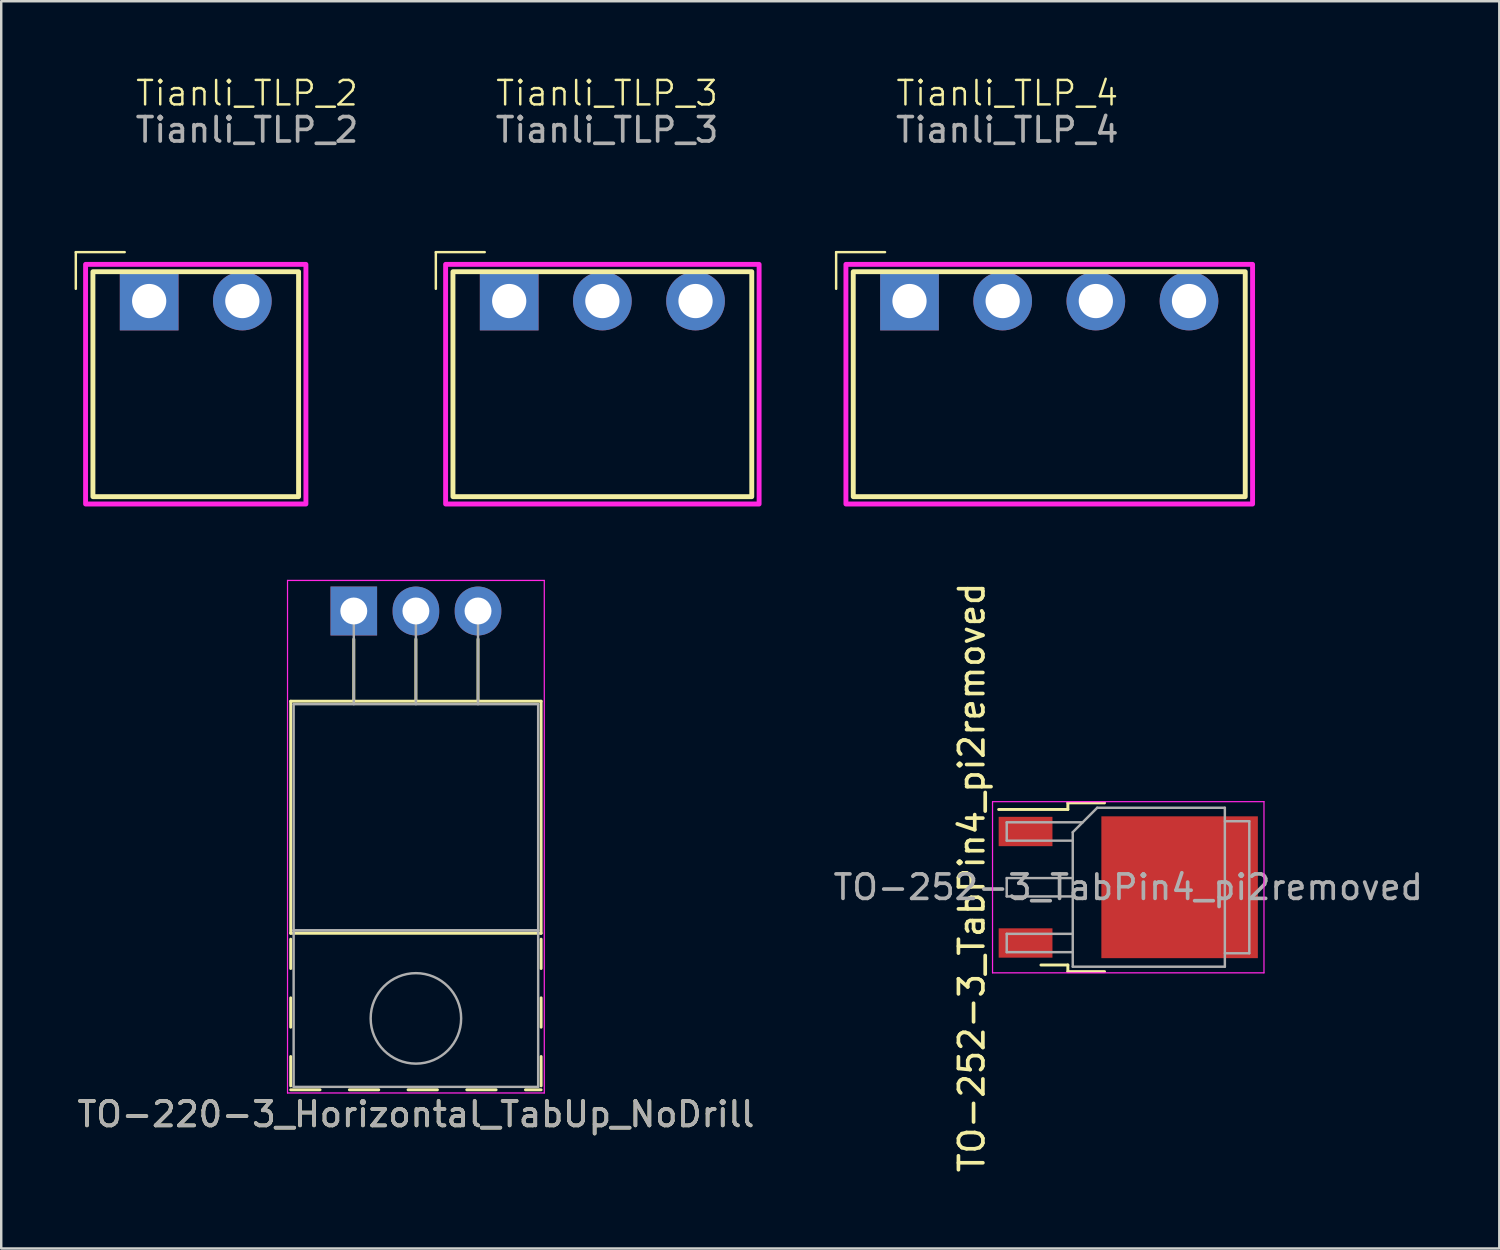
<source format=kicad_pcb>
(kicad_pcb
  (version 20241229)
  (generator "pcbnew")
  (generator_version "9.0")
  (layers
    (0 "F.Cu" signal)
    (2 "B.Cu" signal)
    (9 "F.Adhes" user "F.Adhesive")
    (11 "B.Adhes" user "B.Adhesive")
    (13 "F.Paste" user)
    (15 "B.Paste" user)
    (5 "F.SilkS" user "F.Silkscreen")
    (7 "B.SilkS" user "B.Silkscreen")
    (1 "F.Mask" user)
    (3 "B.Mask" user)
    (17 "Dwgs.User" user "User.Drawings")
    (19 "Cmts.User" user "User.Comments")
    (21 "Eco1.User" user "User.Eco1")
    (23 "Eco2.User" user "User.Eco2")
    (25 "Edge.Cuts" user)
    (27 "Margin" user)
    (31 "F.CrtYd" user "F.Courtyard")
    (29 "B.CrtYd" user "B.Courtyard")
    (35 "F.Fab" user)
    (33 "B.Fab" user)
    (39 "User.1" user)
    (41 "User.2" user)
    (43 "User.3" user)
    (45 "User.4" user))
  (footprint "Tianli_TLP_4"
    (layer "F.Cu")
    (at 34.143 9.261)
    (property "Reference" "Tianli_TLP_4" (at 4 -8.5 0) (unlocked yes) (layer "F.SilkS") (effects (font (size 1 1) (thickness 0.1))))
    (attr through_hole)
    (fp_line (start -3 -2) (end -1 -2) (stroke (width 0.1) (type default)) (layer "F.SilkS"))
    (fp_line (start -3 -0.5) (end -3 -2) (stroke (width 0.1) (type default)) (layer "F.SilkS"))
    (fp_rect (start -2.3 -1.2) (end 13.73 8) (stroke (width 0.2) (type default)) (fill no) (layer "F.SilkS"))
    (fp_rect (start -2.6 -1.5) (end 14.03 8.3) (stroke (width 0.2) (type default)) (fill no) (layer "F.CrtYd"))
    (fp_text user "${REFERENCE}" (at 4 -7 0) (unlocked yes) (layer "F.Fab") (effects (font (size 1 1) (thickness 0.15))))
    (pad "1" thru_hole rect (at 0 0) (size 2.4 2.4) (drill 1.4) (layers "*.Cu" "*.Mask"))
    (pad "2" thru_hole circle (at 3.81 0) (size 2.4 2.4) (drill 1.4) (layers "*.Cu" "*.Mask"))
    (pad "3" thru_hole circle (at 7.62 0) (size 2.4 2.4) (drill 1.4) (layers "*.Cu" "*.Mask"))
    (pad "4" thru_hole circle (at 11.43 0) (size 2.4 2.4) (drill 1.4) (layers "*.Cu" "*.Mask")))
  (footprint "Tianli_TLP_3"
    (layer "F.Cu")
    (at 17.773 9.261)
    (property "Reference" "Tianli_TLP_3" (at 4 -8.5 0) (unlocked yes) (layer "F.SilkS") (effects (font (size 1 1) (thickness 0.1))))
    (attr through_hole)
    (fp_line (start -3 -2) (end -1 -2) (stroke (width 0.1) (type default)) (layer "F.SilkS"))
    (fp_line (start -3 -0.5) (end -3 -2) (stroke (width 0.1) (type default)) (layer "F.SilkS"))
    (fp_rect (start -2.3 -1.2) (end 9.92 8) (stroke (width 0.2) (type default)) (fill no) (layer "F.SilkS"))
    (fp_rect (start -2.6 -1.5) (end 10.22 8.3) (stroke (width 0.2) (type default)) (fill no) (layer "F.CrtYd"))
    (fp_text user "${REFERENCE}" (at 4 -7 0) (unlocked yes) (layer "F.Fab") (effects (font (size 1 1) (thickness 0.15))))
    (pad "1" thru_hole rect (at 0 0) (size 2.4 2.4) (drill 1.4) (layers "*.Cu" "*.Mask"))
    (pad "2" thru_hole circle (at 3.81 0) (size 2.4 2.4) (drill 1.4) (layers "*.Cu" "*.Mask"))
    (pad "3" thru_hole circle (at 7.62 0) (size 2.4 2.4) (drill 1.4) (layers "*.Cu" "*.Mask")))
  (footprint "TO-252-3_TabPin4_pi2removed"
    (layer "F.Cu")
    (at 43.089 33.233)
    (property "Reference" "TO-252-3_TabPin4_pi2removed" (at -6.4 -0.4 270) (layer "F.SilkS") (effects (font (size 1 1) (thickness 0.15))))
    (attr smd)
    (fp_line (start -2.47 -3.45) (end -2.47 -3.18) (stroke (width 0.12) (type solid)) (layer "F.SilkS"))
    (fp_line (start -2.47 -3.18) (end -5.3 -3.18) (stroke (width 0.12) (type solid)) (layer "F.SilkS"))
    (fp_line (start -2.47 3.18) (end -3.57 3.18) (stroke (width 0.12) (type solid)) (layer "F.SilkS"))
    (fp_line (start -2.47 3.45) (end -2.47 3.18) (stroke (width 0.12) (type solid)) (layer "F.SilkS"))
    (fp_line (start -0.97 -3.45) (end -2.47 -3.45) (stroke (width 0.12) (type solid)) (layer "F.SilkS"))
    (fp_line (start -0.97 3.45) (end -2.47 3.45) (stroke (width 0.12) (type solid)) (layer "F.SilkS"))
    (fp_line (start -5.55 -3.5) (end -5.55 3.5) (stroke (width 0.05) (type solid)) (layer "F.CrtYd"))
    (fp_line (start -5.55 3.5) (end 5.55 3.5) (stroke (width 0.05) (type solid)) (layer "F.CrtYd"))
    (fp_line (start 5.55 -3.5) (end -5.55 -3.5) (stroke (width 0.05) (type solid)) (layer "F.CrtYd"))
    (fp_line (start 5.55 3.5) (end 5.55 -3.5) (stroke (width 0.05) (type solid)) (layer "F.CrtYd"))
    (fp_line (start -4.97 -2.655) (end -4.97 -1.905) (stroke (width 0.1) (type solid)) (layer "F.Fab"))
    (fp_line (start -4.97 -1.905) (end -2.27 -1.905) (stroke (width 0.1) (type solid)) (layer "F.Fab"))
    (fp_line (start -4.97 -0.375) (end -4.97 0.375) (stroke (width 0.1) (type solid)) (layer "F.Fab"))
    (fp_line (start -4.97 0.375) (end -2.27 0.375) (stroke (width 0.1) (type solid)) (layer "F.Fab"))
    (fp_line (start -4.97 1.905) (end -4.97 2.655) (stroke (width 0.1) (type solid)) (layer "F.Fab"))
    (fp_line (start -4.97 2.655) (end -2.27 2.655) (stroke (width 0.1) (type solid)) (layer "F.Fab"))
    (fp_line (start -2.27 -2.25) (end -1.27 -3.25) (stroke (width 0.1) (type solid)) (layer "F.Fab"))
    (fp_line (start -2.27 -0.375) (end -4.97 -0.375) (stroke (width 0.1) (type solid)) (layer "F.Fab"))
    (fp_line (start -2.27 1.905) (end -4.97 1.905) (stroke (width 0.1) (type solid)) (layer "F.Fab"))
    (fp_line (start -2.27 3.25) (end -2.27 -2.25) (stroke (width 0.1) (type solid)) (layer "F.Fab"))
    (fp_line (start -1.865 -2.655) (end -4.97 -2.655) (stroke (width 0.1) (type solid)) (layer "F.Fab"))
    (fp_line (start -1.27 -3.25) (end 3.95 -3.25) (stroke (width 0.1) (type solid)) (layer "F.Fab"))
    (fp_line (start 3.95 -3.25) (end 3.95 3.25) (stroke (width 0.1) (type solid)) (layer "F.Fab"))
    (fp_line (start 3.95 -2.7) (end 4.95 -2.7) (stroke (width 0.1) (type solid)) (layer "F.Fab"))
    (fp_line (start 3.95 3.25) (end -2.27 3.25) (stroke (width 0.1) (type solid)) (layer "F.Fab"))
    (fp_line (start 4.95 -2.7) (end 4.95 2.7) (stroke (width 0.1) (type solid)) (layer "F.Fab"))
    (fp_line (start 4.95 2.7) (end 3.95 2.7) (stroke (width 0.1) (type solid)) (layer "F.Fab"))
    (fp_text user "${REFERENCE}" (at 0 0 180) (layer "F.Fab") (effects (font (size 1 1) (thickness 0.15))))
    (pad "" smd rect (at 0.425 -1.525) (size 3.05 2.75) (layers "F.Paste"))
    (pad "" smd rect (at 0.425 1.525) (size 3.05 2.75) (layers "F.Paste"))
    (pad "" smd rect (at 3.775 -1.525) (size 3.05 2.75) (layers "F.Paste"))
    (pad "" smd rect (at 3.775 1.525) (size 3.05 2.75) (layers "F.Paste"))
    (pad "1" smd rect (at -4.2 -2.28) (size 2.2 1.2) (layers "F.Cu" "F.Mask" "F.Paste"))
    (pad "3" smd rect (at -4.2 2.28) (size 2.2 1.2) (layers "F.Cu" "F.Mask" "F.Paste"))
    (pad "4" smd rect (at 2.1 0) (size 6.4 5.8) (layers "F.Cu" "F.Mask")))
  (footprint "Tianli_TLP_2"
    (layer "F.Cu")
    (at 3.05 9.261)
    (property "Reference" "Tianli_TLP_2" (at 4 -8.5 0) (unlocked yes) (layer "F.SilkS") (effects (font (size 1 1) (thickness 0.1))))
    (attr through_hole)
    (fp_line (start -3 -2) (end -1 -2) (stroke (width 0.1) (type default)) (layer "F.SilkS"))
    (fp_line (start -3 -0.5) (end -3 -2) (stroke (width 0.1) (type default)) (layer "F.SilkS"))
    (fp_rect (start -2.3 -1.2) (end 6.11 8) (stroke (width 0.2) (type default)) (fill no) (layer "F.SilkS"))
    (fp_rect (start -2.6 -1.5) (end 6.41 8.3) (stroke (width 0.2) (type default)) (fill no) (layer "F.CrtYd"))
    (fp_text user "${REFERENCE}" (at 4 -7 0) (unlocked yes) (layer "F.Fab") (effects (font (size 1 1) (thickness 0.15))))
    (pad "1" thru_hole rect (at 0 0) (size 2.4 2.4) (drill 1.4) (layers "*.Cu" "*.Mask"))
    (pad "2" thru_hole circle (at 3.81 0) (size 2.4 2.4) (drill 1.4) (layers "*.Cu" "*.Mask")))
  (footprint "TO-220-3_Horizontal_TabUp_NoDrill"
    (layer "F.Cu")
    (at 11.418 21.936)
    (property "Reference" "TO-220-3_Horizontal_TabUp_NoDrill" (at 2.54 20.58 0) (layer "F.SilkS") (effects (font (size 1 1) (thickness 0.15))))
    (attr through_hole)
    (fp_line (start -2.58 3.69) (end -2.58 13.18) (stroke (width 0.12) (type solid)) (layer "F.SilkS"))
    (fp_line (start -2.58 3.69) (end 7.66 3.69) (stroke (width 0.12) (type solid)) (layer "F.SilkS"))
    (fp_line (start -2.58 13.18) (end 7.66 13.18) (stroke (width 0.12) (type solid)) (layer "F.SilkS"))
    (fp_line (start -2.58 13.42) (end -2.58 14.62) (stroke (width 0.12) (type solid)) (layer "F.SilkS"))
    (fp_line (start -2.58 15.82) (end -2.58 17.02) (stroke (width 0.12) (type solid)) (layer "F.SilkS"))
    (fp_line (start -2.58 18.22) (end -2.58 19.42) (stroke (width 0.12) (type solid)) (layer "F.SilkS"))
    (fp_line (start -2.58 19.58) (end -1.38 19.58) (stroke (width 0.12) (type solid)) (layer "F.SilkS"))
    (fp_line (start -0.181 19.58) (end 1.02 19.58) (stroke (width 0.12) (type solid)) (layer "F.SilkS"))
    (fp_line (start 0 1.15) (end 0 3.69) (stroke (width 0.12) (type solid)) (layer "F.SilkS"))
    (fp_line (start 2.22 19.58) (end 3.42 19.58) (stroke (width 0.12) (type solid)) (layer "F.SilkS"))
    (fp_line (start 2.54 1.15) (end 2.54 3.69) (stroke (width 0.12) (type solid)) (layer "F.SilkS"))
    (fp_line (start 4.62 19.58) (end 5.82 19.58) (stroke (width 0.12) (type solid)) (layer "F.SilkS"))
    (fp_line (start 5.08 1.15) (end 5.08 3.69) (stroke (width 0.12) (type solid)) (layer "F.SilkS"))
    (fp_line (start 7.02 19.58) (end 7.66 19.58) (stroke (width 0.12) (type solid)) (layer "F.SilkS"))
    (fp_line (start 7.66 3.69) (end 7.66 13.18) (stroke (width 0.12) (type solid)) (layer "F.SilkS"))
    (fp_line (start 7.66 13.42) (end 7.66 14.62) (stroke (width 0.12) (type solid)) (layer "F.SilkS"))
    (fp_line (start 7.66 15.82) (end 7.66 17.02) (stroke (width 0.12) (type solid)) (layer "F.SilkS"))
    (fp_line (start 7.66 18.22) (end 7.66 19.42) (stroke (width 0.12) (type solid)) (layer "F.SilkS"))
    (fp_line (start -2.71 -1.25) (end -2.71 19.71) (stroke (width 0.05) (type solid)) (layer "F.CrtYd"))
    (fp_line (start -2.71 19.71) (end 7.79 19.71) (stroke (width 0.05) (type solid)) (layer "F.CrtYd"))
    (fp_line (start 7.79 -1.25) (end -2.71 -1.25) (stroke (width 0.05) (type solid)) (layer "F.CrtYd"))
    (fp_line (start 7.79 19.71) (end 7.79 -1.25) (stroke (width 0.05) (type solid)) (layer "F.CrtYd"))
    (fp_line (start -2.46 3.81) (end -2.46 13.06) (stroke (width 0.1) (type solid)) (layer "F.Fab"))
    (fp_line (start -2.46 13.06) (end -2.46 19.46) (stroke (width 0.1) (type solid)) (layer "F.Fab"))
    (fp_line (start -2.46 13.06) (end 7.54 13.06) (stroke (width 0.1) (type solid)) (layer "F.Fab"))
    (fp_line (start -2.46 19.46) (end 7.54 19.46) (stroke (width 0.1) (type solid)) (layer "F.Fab"))
    (fp_line (start 0 3.81) (end 0 0) (stroke (width 0.1) (type solid)) (layer "F.Fab"))
    (fp_line (start 2.54 3.81) (end 2.54 0) (stroke (width 0.1) (type solid)) (layer "F.Fab"))
    (fp_line (start 5.08 3.81) (end 5.08 0) (stroke (width 0.1) (type solid)) (layer "F.Fab"))
    (fp_line (start 7.54 3.81) (end -2.46 3.81) (stroke (width 0.1) (type solid)) (layer "F.Fab"))
    (fp_line (start 7.54 13.06) (end -2.46 13.06) (stroke (width 0.1) (type solid)) (layer "F.Fab"))
    (fp_line (start 7.54 13.06) (end 7.54 3.81) (stroke (width 0.1) (type solid)) (layer "F.Fab"))
    (fp_line (start 7.54 19.46) (end 7.54 13.06) (stroke (width 0.1) (type solid)) (layer "F.Fab"))
    (fp_circle (center 2.54 16.66) (end 4.39 16.66) (stroke (width 0.1) (type solid)) (fill no) (layer "F.Fab"))
    (fp_text user "${REFERENCE}" (at 2.54 20.58 0) (layer "F.Fab") (effects (font (size 1 1) (thickness 0.15))))
    (pad "1" thru_hole rect (at 0 0) (size 1.905 2) (drill 1.1) (layers "*.Cu" "*.Mask"))
    (pad "2" thru_hole oval (at 2.54 0) (size 1.905 2) (drill 1.1) (layers "*.Cu" "*.Mask"))
    (pad "3" thru_hole oval (at 5.08 0) (size 1.905 2) (drill 1.1) (layers "*.Cu" "*.Mask")))
  (gr_rect
    (start -3 -3)
    (end 58.262 48.006)
    (stroke (width 0.1) (type default))
    (fill no)
    (layer "Edge.Cuts")))
</source>
